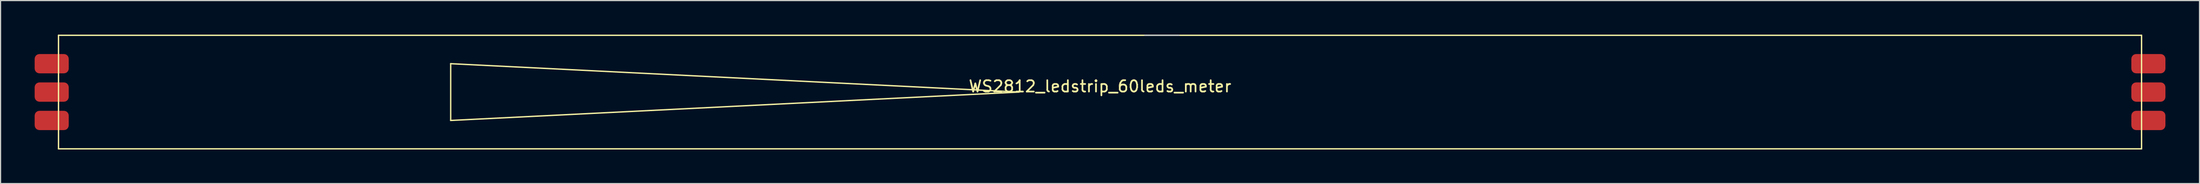
<source format=kicad_pcb>
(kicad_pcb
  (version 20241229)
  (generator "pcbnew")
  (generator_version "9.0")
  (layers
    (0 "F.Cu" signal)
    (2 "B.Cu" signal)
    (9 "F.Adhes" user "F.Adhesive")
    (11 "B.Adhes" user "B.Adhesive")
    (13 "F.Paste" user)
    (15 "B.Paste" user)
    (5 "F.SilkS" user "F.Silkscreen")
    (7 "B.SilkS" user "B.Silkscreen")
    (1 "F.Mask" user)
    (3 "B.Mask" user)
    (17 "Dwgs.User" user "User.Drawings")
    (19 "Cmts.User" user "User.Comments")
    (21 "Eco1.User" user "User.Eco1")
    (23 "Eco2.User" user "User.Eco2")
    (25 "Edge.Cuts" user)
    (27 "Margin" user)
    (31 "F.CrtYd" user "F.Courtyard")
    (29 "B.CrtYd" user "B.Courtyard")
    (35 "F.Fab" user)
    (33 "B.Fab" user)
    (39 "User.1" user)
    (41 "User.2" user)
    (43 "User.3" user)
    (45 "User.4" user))
  (footprint "WS2812_ledstrip_60leds_meter"
    (layer "F.Cu")
    (at 93.766 5.06)
    (property "Reference" "WS2812_ledstrip_60leds_meter" (at 0 -0.5 0) (unlocked yes) (layer "F.SilkS") (effects (font (size 1 1) (thickness 0.15))))
    (attr smd)
    (fp_line (start -91.666 -5) (end -91.666 5) (stroke (width 0.12) (type solid)) (layer "F.SilkS"))
    (fp_line (start -91.666 -5) (end 91.666 -5) (stroke (width 0.12) (type solid)) (layer "F.SilkS"))
    (fp_line (start -91.666 5) (end 91.666 5) (stroke (width 0.12) (type solid)) (layer "F.SilkS"))
    (fp_line (start -57.15 -2.5) (end -7.15 0) (stroke (width 0.12) (type solid)) (layer "F.SilkS"))
    (fp_line (start -57.15 2.5) (end -57.15 -2.5) (stroke (width 0.12) (type solid)) (layer "F.SilkS"))
    (fp_line (start -7.15 0) (end -57.15 2.5) (stroke (width 0.12) (type solid)) (layer "F.SilkS"))
    (fp_line (start 91.666 -5) (end 91.666 5) (stroke (width 0.12) (type solid)) (layer "F.SilkS"))
    (fp_line (start 6.95 -5) (end 3.95 -5) (stroke (width 0.12) (type solid)) (layer "Dwgs.User"))
    (pad "1" smd roundrect (at -92.266 -2.5) (size 3 1.7) (layers "F.Cu" "F.Mask" "F.Paste") (roundrect_rratio 0.25))
    (pad "1" smd roundrect (at 92.266 -2.5) (size 3 1.7) (layers "F.Cu" "F.Mask" "F.Paste") (roundrect_rratio 0.25))
    (pad "2" smd roundrect (at -92.266 0) (size 3 1.7) (layers "F.Cu" "F.Mask" "F.Paste") (roundrect_rratio 0.25))
    (pad "3" smd roundrect (at -92.266 2.5) (size 3 1.7) (layers "F.Cu" "F.Mask" "F.Paste") (roundrect_rratio 0.25))
    (pad "3" smd roundrect (at 92.266 2.5) (size 3 1.7) (layers "F.Cu" "F.Mask" "F.Paste") (roundrect_rratio 0.25))
    (pad "4" smd roundrect (at 92.266 0) (size 3 1.7) (layers "F.Cu" "F.Mask" "F.Paste") (roundrect_rratio 0.25)))
  (gr_rect
    (start -3 -3)
    (end 190.532 13.12)
    (stroke (width 0.1) (type default))
    (fill no)
    (layer "Edge.Cuts")))
</source>
